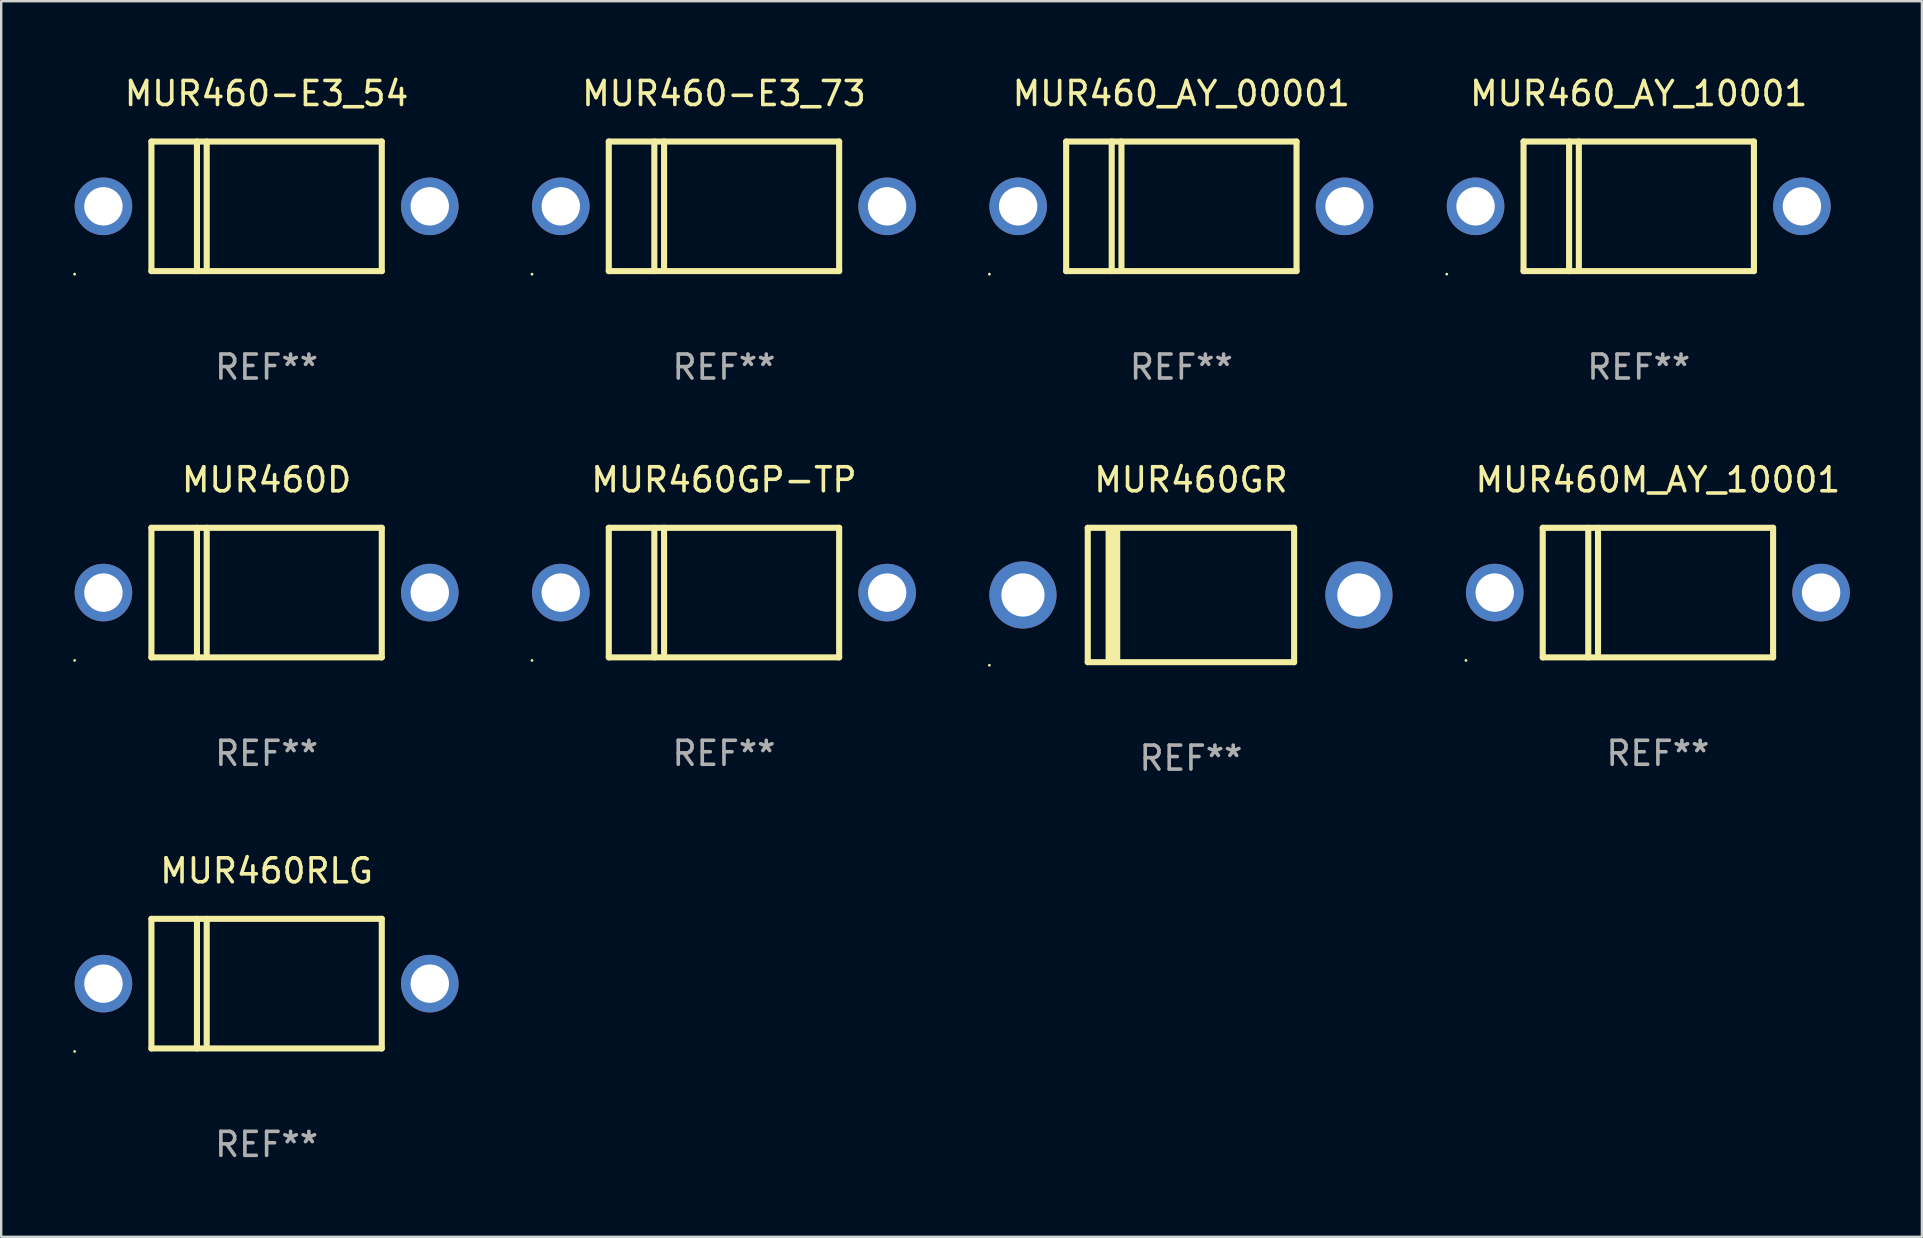
<source format=kicad_pcb>
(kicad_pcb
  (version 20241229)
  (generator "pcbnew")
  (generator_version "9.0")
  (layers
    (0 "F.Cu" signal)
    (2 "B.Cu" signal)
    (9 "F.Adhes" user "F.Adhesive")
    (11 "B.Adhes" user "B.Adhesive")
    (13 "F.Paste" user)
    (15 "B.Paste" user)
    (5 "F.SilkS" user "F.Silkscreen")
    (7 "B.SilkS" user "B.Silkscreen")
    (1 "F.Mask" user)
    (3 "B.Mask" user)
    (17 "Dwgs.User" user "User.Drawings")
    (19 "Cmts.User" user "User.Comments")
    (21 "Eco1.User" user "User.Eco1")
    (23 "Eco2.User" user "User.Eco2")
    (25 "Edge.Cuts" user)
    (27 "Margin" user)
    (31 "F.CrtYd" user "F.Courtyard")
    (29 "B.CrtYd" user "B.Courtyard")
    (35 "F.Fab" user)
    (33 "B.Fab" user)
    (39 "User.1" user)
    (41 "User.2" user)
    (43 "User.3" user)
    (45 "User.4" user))
  (footprint "MUR460GR"
    (layer "F.Cu")
    (at 46.58 21.745)
    (property "Reference" "MUR460GR" (at 0 -4.8 0) (layer "F.SilkS") (effects (font (size 1 1) (thickness 0.15))))
    (attr through_hole)
    (fp_line (start -4.3 -2.8) (end -4.3 2.8) (stroke (width 0.254) (type solid)) (layer "F.SilkS"))
    (fp_line (start -4.3 -2.8) (end 4.3 -2.8) (stroke (width 0.254) (type solid)) (layer "F.SilkS"))
    (fp_line (start -4.3 2.8) (end 4.3 2.8) (stroke (width 0.254) (type solid)) (layer "F.SilkS"))
    (fp_line (start -3.442 2.667) (end -3.442 -2.667) (stroke (width 0.229) (type solid)) (layer "F.SilkS"))
    (fp_line (start -3.315 2.667) (end -3.315 -2.667) (stroke (width 0.229) (type solid)) (layer "F.SilkS"))
    (fp_line (start -3.188 2.667) (end -3.188 -2.667) (stroke (width 0.229) (type solid)) (layer "F.SilkS"))
    (fp_line (start -3.061 2.667) (end -3.061 -2.667) (stroke (width 0.229) (type solid)) (layer "F.SilkS"))
    (fp_line (start 4.3 -2.8) (end 4.3 2.8) (stroke (width 0.254) (type solid)) (layer "F.SilkS"))
    (fp_circle (center -8.4 2.927) (end -8.37 2.927) (stroke (width 0.06) (type solid)) (fill no) (layer "F.SilkS"))
    (fp_text user "REF**" (at 0 6.8 0) (layer "F.Fab") (effects (font (size 1 1) (thickness 0.15))))
    (pad "1" thru_hole circle (at -7 0) (size 2.8 2.8) (drill 1.8) (layers "*.Cu" "*.Mask"))
    (pad "2" thru_hole circle (at 7 0) (size 2.8 2.8) (drill 1.8) (layers "*.Cu" "*.Mask")))
  (footprint "MUR460_AY_00001"
    (layer "F.Cu")
    (at 46.18 5.548)
    (property "Reference" "MUR460_AY_00001" (at 0 -4.7 0) (layer "F.SilkS") (effects (font (size 1 1) (thickness 0.15))))
    (attr through_hole)
    (fp_line (start -4.8 -2.7) (end -4.8 2.7) (stroke (width 0.254) (type solid)) (layer "F.SilkS"))
    (fp_line (start -4.8 -2.7) (end 4.8 -2.7) (stroke (width 0.254) (type solid)) (layer "F.SilkS"))
    (fp_line (start -2.902 -2.7) (end -2.902 2.7) (stroke (width 0.254) (type solid)) (layer "F.SilkS"))
    (fp_line (start -2.496 -2.7) (end -2.496 2.54) (stroke (width 0.254) (type solid)) (layer "F.SilkS"))
    (fp_line (start 4.8 -2.7) (end 4.8 2.7) (stroke (width 0.254) (type solid)) (layer "F.SilkS"))
    (fp_line (start 4.8 2.7) (end -4.8 2.7) (stroke (width 0.254) (type solid)) (layer "F.SilkS"))
    (fp_circle (center -8 2.827) (end -7.97 2.827) (stroke (width 0.06) (type solid)) (fill no) (layer "F.SilkS"))
    (fp_text user "REF**" (at 0 6.7 0) (layer "F.Fab") (effects (font (size 1 1) (thickness 0.15))))
    (pad "1" thru_hole circle (at -6.8 0) (size 2.4 2.4) (drill 1.6) (layers "*.Cu" "*.Mask"))
    (pad "2" thru_hole circle (at 6.8 0) (size 2.4 2.4) (drill 1.6) (layers "*.Cu" "*.Mask")))
  (footprint "MUR460-E3_73"
    (layer "F.Cu")
    (at 27.12 5.548)
    (property "Reference" "MUR460-E3_73" (at 0 -4.7 0) (layer "F.SilkS") (effects (font (size 1 1) (thickness 0.15))))
    (attr through_hole)
    (fp_line (start -4.8 -2.7) (end -4.8 2.7) (stroke (width 0.254) (type solid)) (layer "F.SilkS"))
    (fp_line (start -4.8 -2.7) (end 4.8 -2.7) (stroke (width 0.254) (type solid)) (layer "F.SilkS"))
    (fp_line (start -2.902 -2.7) (end -2.902 2.7) (stroke (width 0.254) (type solid)) (layer "F.SilkS"))
    (fp_line (start -2.496 -2.7) (end -2.496 2.54) (stroke (width 0.254) (type solid)) (layer "F.SilkS"))
    (fp_line (start 4.8 -2.7) (end 4.8 2.7) (stroke (width 0.254) (type solid)) (layer "F.SilkS"))
    (fp_line (start 4.8 2.7) (end -4.8 2.7) (stroke (width 0.254) (type solid)) (layer "F.SilkS"))
    (fp_circle (center -8 2.827) (end -7.97 2.827) (stroke (width 0.06) (type solid)) (fill no) (layer "F.SilkS"))
    (fp_text user "REF**" (at 0 6.7 0) (layer "F.Fab") (effects (font (size 1 1) (thickness 0.15))))
    (pad "1" thru_hole circle (at -6.8 0) (size 2.4 2.4) (drill 1.6) (layers "*.Cu" "*.Mask"))
    (pad "2" thru_hole circle (at 6.8 0) (size 2.4 2.4) (drill 1.6) (layers "*.Cu" "*.Mask")))
  (footprint "MUR460_AY_10001"
    (layer "F.Cu")
    (at 65.241 5.548)
    (property "Reference" "MUR460_AY_10001" (at 0 -4.7 0) (layer "F.SilkS") (effects (font (size 1 1) (thickness 0.15))))
    (attr through_hole)
    (fp_line (start -4.8 -2.7) (end -4.8 2.7) (stroke (width 0.254) (type solid)) (layer "F.SilkS"))
    (fp_line (start -4.8 -2.7) (end 4.8 -2.7) (stroke (width 0.254) (type solid)) (layer "F.SilkS"))
    (fp_line (start -2.902 -2.7) (end -2.902 2.7) (stroke (width 0.254) (type solid)) (layer "F.SilkS"))
    (fp_line (start -2.496 -2.7) (end -2.496 2.54) (stroke (width 0.254) (type solid)) (layer "F.SilkS"))
    (fp_line (start 4.8 -2.7) (end 4.8 2.7) (stroke (width 0.254) (type solid)) (layer "F.SilkS"))
    (fp_line (start 4.8 2.7) (end -4.8 2.7) (stroke (width 0.254) (type solid)) (layer "F.SilkS"))
    (fp_circle (center -8 2.827) (end -7.97 2.827) (stroke (width 0.06) (type solid)) (fill no) (layer "F.SilkS"))
    (fp_text user "REF**" (at 0 6.7 0) (layer "F.Fab") (effects (font (size 1 1) (thickness 0.15))))
    (pad "1" thru_hole circle (at -6.8 0) (size 2.4 2.4) (drill 1.6) (layers "*.Cu" "*.Mask"))
    (pad "2" thru_hole circle (at 6.8 0) (size 2.4 2.4) (drill 1.6) (layers "*.Cu" "*.Mask")))
  (footprint "MUR460M_AY_10001"
    (layer "F.Cu")
    (at 66.04 21.645)
    (property "Reference" "MUR460M_AY_10001" (at 0 -4.7 0) (layer "F.SilkS") (effects (font (size 1 1) (thickness 0.15))))
    (attr through_hole)
    (fp_line (start -4.8 -2.7) (end -4.8 2.7) (stroke (width 0.254) (type solid)) (layer "F.SilkS"))
    (fp_line (start -4.8 -2.7) (end 4.8 -2.7) (stroke (width 0.254) (type solid)) (layer "F.SilkS"))
    (fp_line (start -2.902 -2.7) (end -2.902 2.7) (stroke (width 0.254) (type solid)) (layer "F.SilkS"))
    (fp_line (start -2.496 -2.7) (end -2.496 2.54) (stroke (width 0.254) (type solid)) (layer "F.SilkS"))
    (fp_line (start 4.8 -2.7) (end 4.8 2.7) (stroke (width 0.254) (type solid)) (layer "F.SilkS"))
    (fp_line (start 4.8 2.7) (end -4.8 2.7) (stroke (width 0.254) (type solid)) (layer "F.SilkS"))
    (fp_circle (center -8 2.827) (end -7.97 2.827) (stroke (width 0.06) (type solid)) (fill no) (layer "F.SilkS"))
    (fp_text user "REF**" (at 0 6.7 0) (layer "F.Fab") (effects (font (size 1 1) (thickness 0.15))))
    (pad "1" thru_hole circle (at -6.8 0) (size 2.4 2.4) (drill 1.6) (layers "*.Cu" "*.Mask"))
    (pad "2" thru_hole circle (at 6.8 0) (size 2.4 2.4) (drill 1.6) (layers "*.Cu" "*.Mask")))
  (footprint "MUR460GP-TP"
    (layer "F.Cu")
    (at 27.12 21.645)
    (property "Reference" "MUR460GP-TP" (at 0 -4.7 0) (layer "F.SilkS") (effects (font (size 1 1) (thickness 0.15))))
    (attr through_hole)
    (fp_line (start -4.8 -2.7) (end -4.8 2.7) (stroke (width 0.254) (type solid)) (layer "F.SilkS"))
    (fp_line (start -4.8 -2.7) (end 4.8 -2.7) (stroke (width 0.254) (type solid)) (layer "F.SilkS"))
    (fp_line (start -2.902 -2.7) (end -2.902 2.7) (stroke (width 0.254) (type solid)) (layer "F.SilkS"))
    (fp_line (start -2.496 -2.7) (end -2.496 2.54) (stroke (width 0.254) (type solid)) (layer "F.SilkS"))
    (fp_line (start 4.8 -2.7) (end 4.8 2.7) (stroke (width 0.254) (type solid)) (layer "F.SilkS"))
    (fp_line (start 4.8 2.7) (end -4.8 2.7) (stroke (width 0.254) (type solid)) (layer "F.SilkS"))
    (fp_circle (center -8 2.827) (end -7.97 2.827) (stroke (width 0.06) (type solid)) (fill no) (layer "F.SilkS"))
    (fp_text user "REF**" (at 0 6.7 0) (layer "F.Fab") (effects (font (size 1 1) (thickness 0.15))))
    (pad "1" thru_hole circle (at -6.8 0) (size 2.4 2.4) (drill 1.6) (layers "*.Cu" "*.Mask"))
    (pad "2" thru_hole circle (at 6.8 0) (size 2.4 2.4) (drill 1.6) (layers "*.Cu" "*.Mask")))
  (footprint "MUR460-E3_54"
    (layer "F.Cu")
    (at 8.06 5.548)
    (property "Reference" "MUR460-E3_54" (at 0 -4.7 0) (layer "F.SilkS") (effects (font (size 1 1) (thickness 0.15))))
    (attr through_hole)
    (fp_line (start -4.8 -2.7) (end -4.8 2.7) (stroke (width 0.254) (type solid)) (layer "F.SilkS"))
    (fp_line (start -4.8 -2.7) (end 4.8 -2.7) (stroke (width 0.254) (type solid)) (layer "F.SilkS"))
    (fp_line (start -2.902 -2.7) (end -2.902 2.7) (stroke (width 0.254) (type solid)) (layer "F.SilkS"))
    (fp_line (start -2.496 -2.7) (end -2.496 2.54) (stroke (width 0.254) (type solid)) (layer "F.SilkS"))
    (fp_line (start 4.8 -2.7) (end 4.8 2.7) (stroke (width 0.254) (type solid)) (layer "F.SilkS"))
    (fp_line (start 4.8 2.7) (end -4.8 2.7) (stroke (width 0.254) (type solid)) (layer "F.SilkS"))
    (fp_circle (center -8 2.827) (end -7.97 2.827) (stroke (width 0.06) (type solid)) (fill no) (layer "F.SilkS"))
    (fp_text user "REF**" (at 0 6.7 0) (layer "F.Fab") (effects (font (size 1 1) (thickness 0.15))))
    (pad "1" thru_hole circle (at -6.8 0) (size 2.4 2.4) (drill 1.6) (layers "*.Cu" "*.Mask"))
    (pad "2" thru_hole circle (at 6.8 0) (size 2.4 2.4) (drill 1.6) (layers "*.Cu" "*.Mask")))
  (footprint "MUR460RLG"
    (layer "F.Cu")
    (at 8.06 37.941)
    (property "Reference" "MUR460RLG" (at 0 -4.7 0) (layer "F.SilkS") (effects (font (size 1 1) (thickness 0.15))))
    (attr through_hole)
    (fp_line (start -4.8 -2.7) (end -4.8 2.7) (stroke (width 0.254) (type solid)) (layer "F.SilkS"))
    (fp_line (start -4.8 -2.7) (end 4.8 -2.7) (stroke (width 0.254) (type solid)) (layer "F.SilkS"))
    (fp_line (start -2.902 -2.7) (end -2.902 2.7) (stroke (width 0.254) (type solid)) (layer "F.SilkS"))
    (fp_line (start -2.496 -2.7) (end -2.496 2.54) (stroke (width 0.254) (type solid)) (layer "F.SilkS"))
    (fp_line (start 4.8 -2.7) (end 4.8 2.7) (stroke (width 0.254) (type solid)) (layer "F.SilkS"))
    (fp_line (start 4.8 2.7) (end -4.8 2.7) (stroke (width 0.254) (type solid)) (layer "F.SilkS"))
    (fp_circle (center -8 2.827) (end -7.97 2.827) (stroke (width 0.06) (type solid)) (fill no) (layer "F.SilkS"))
    (fp_text user "REF**" (at 0 6.7 0) (layer "F.Fab") (effects (font (size 1 1) (thickness 0.15))))
    (pad "1" thru_hole circle (at -6.8 0) (size 2.4 2.4) (drill 1.6) (layers "*.Cu" "*.Mask"))
    (pad "2" thru_hole circle (at 6.8 0) (size 2.4 2.4) (drill 1.6) (layers "*.Cu" "*.Mask")))
  (footprint "MUR460D"
    (layer "F.Cu")
    (at 8.06 21.645)
    (property "Reference" "MUR460D" (at 0 -4.7 0) (layer "F.SilkS") (effects (font (size 1 1) (thickness 0.15))))
    (attr through_hole)
    (fp_line (start -4.8 -2.7) (end -4.8 2.7) (stroke (width 0.254) (type solid)) (layer "F.SilkS"))
    (fp_line (start -4.8 -2.7) (end 4.8 -2.7) (stroke (width 0.254) (type solid)) (layer "F.SilkS"))
    (fp_line (start -2.902 -2.7) (end -2.902 2.7) (stroke (width 0.254) (type solid)) (layer "F.SilkS"))
    (fp_line (start -2.496 -2.7) (end -2.496 2.54) (stroke (width 0.254) (type solid)) (layer "F.SilkS"))
    (fp_line (start 4.8 -2.7) (end 4.8 2.7) (stroke (width 0.254) (type solid)) (layer "F.SilkS"))
    (fp_line (start 4.8 2.7) (end -4.8 2.7) (stroke (width 0.254) (type solid)) (layer "F.SilkS"))
    (fp_circle (center -8 2.827) (end -7.97 2.827) (stroke (width 0.06) (type solid)) (fill no) (layer "F.SilkS"))
    (fp_text user "REF**" (at 0 6.7 0) (layer "F.Fab") (effects (font (size 1 1) (thickness 0.15))))
    (pad "1" thru_hole circle (at -6.8 0) (size 2.4 2.4) (drill 1.6) (layers "*.Cu" "*.Mask"))
    (pad "2" thru_hole circle (at 6.8 0) (size 2.4 2.4) (drill 1.6) (layers "*.Cu" "*.Mask")))
  (gr_rect
    (start -3 -3)
    (end 77.041 48.49)
    (stroke (width 0.1) (type default))
    (fill no)
    (layer "Edge.Cuts")))
</source>
